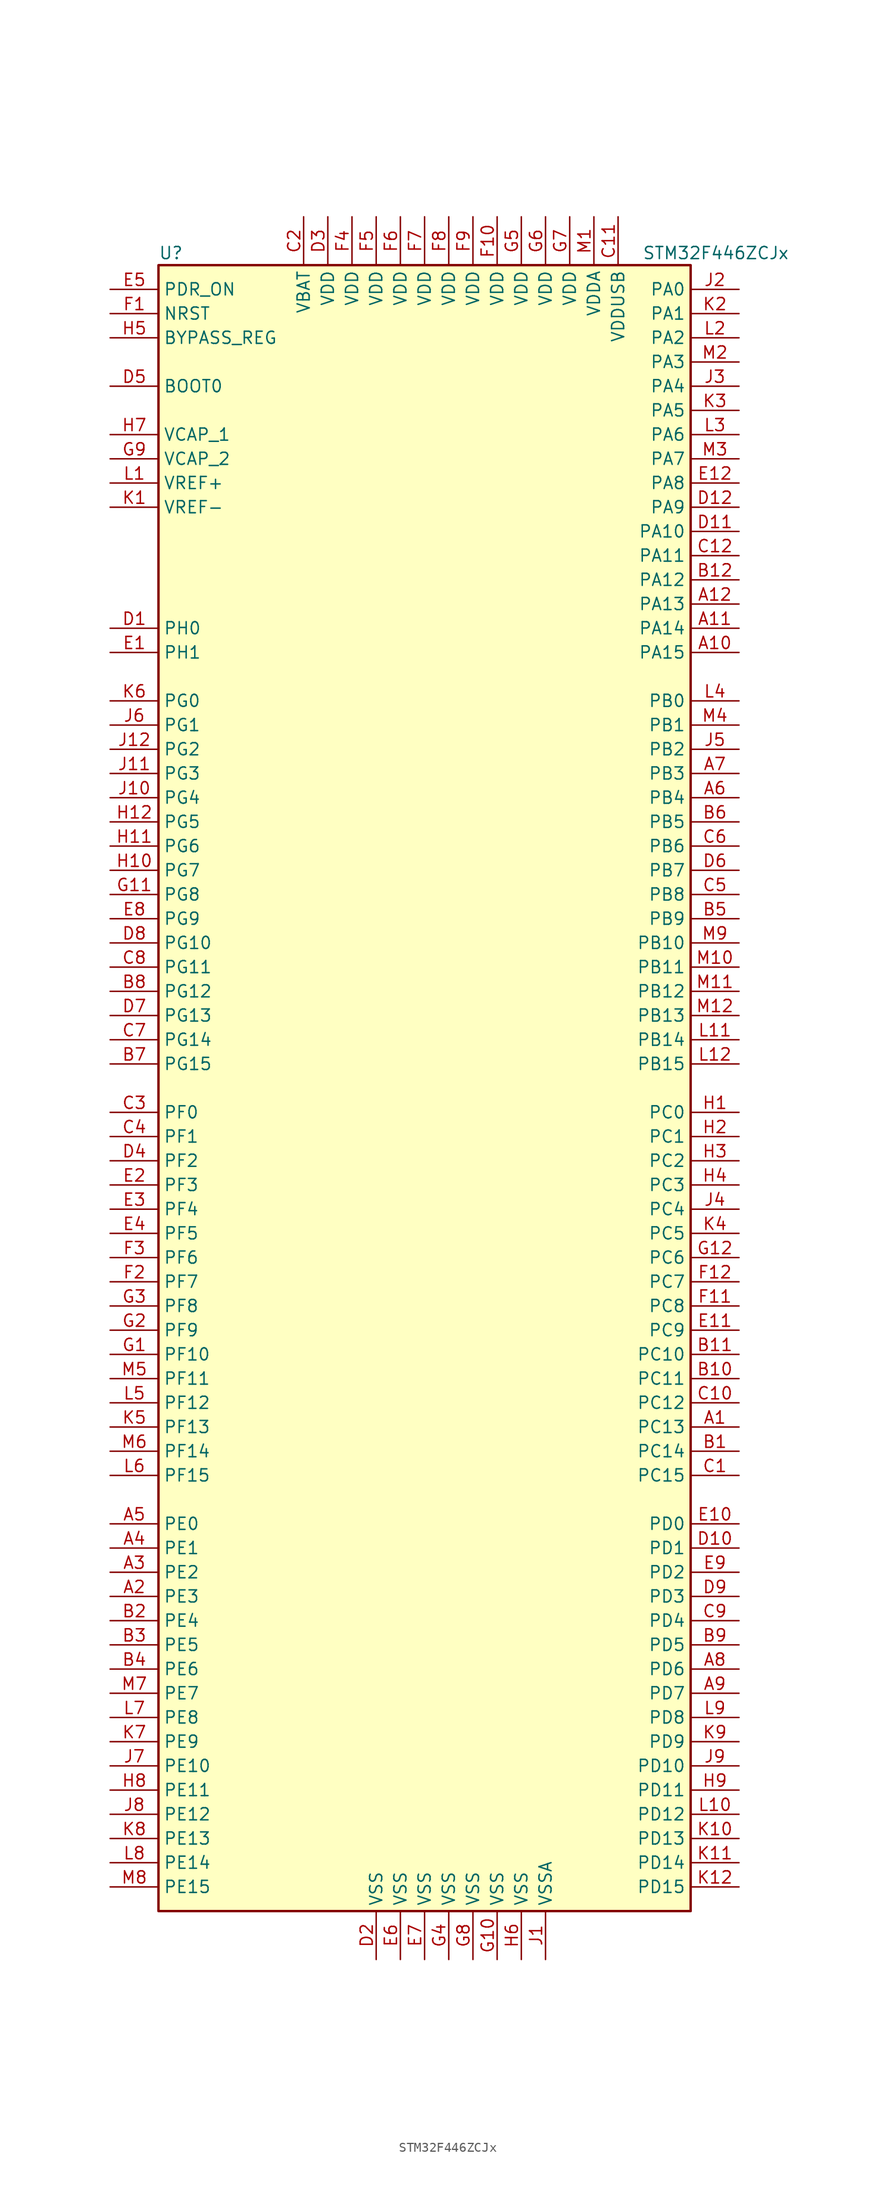
<source format=kicad_sym>
(kicad_symbol_lib
  (version 20201005)
  (generator kicad_symbol_editor)
  (symbol "STM32F446ZCJx"
    (property "Reference" "U"
      (at -27.94 87.63 0)
      (effects (font (size 1.27 1.27)) (justify left)))
    (property "Value" "STM32F446ZCJx"
      (at 22.86 87.63 0)
      (effects (font (size 1.27 1.27)) (justify left)))
    (symbol "STM32F446ZCJx_0_1"
      (rectangle (start -27.94 -86.36) (end 27.94 86.36) (stroke (width 0.254)) (fill (type background))))
    (symbol "STM32F446ZCJx_1_1"
      (pin bidirectional line (at 33.02 -35.56 180) (length 5.08) (name "PC13" (effects (font (size 1.27 1.27)))) (number "A1" (effects (font (size 1.27 1.27)))))
      (pin bidirectional line (at 33.02 45.72 180) (length 5.08) (name "PA15" (effects (font (size 1.27 1.27)))) (number "A10" (effects (font (size 1.27 1.27)))))
      (pin bidirectional line (at 33.02 48.26 180) (length 5.08) (name "PA14" (effects (font (size 1.27 1.27)))) (number "A11" (effects (font (size 1.27 1.27)))))
      (pin bidirectional line (at 33.02 50.8 180) (length 5.08) (name "PA13" (effects (font (size 1.27 1.27)))) (number "A12" (effects (font (size 1.27 1.27)))))
      (pin bidirectional line (at -33.02 -53.34 0) (length 5.08) (name "PE3" (effects (font (size 1.27 1.27)))) (number "A2" (effects (font (size 1.27 1.27)))))
      (pin bidirectional line (at -33.02 -50.8 0) (length 5.08) (name "PE2" (effects (font (size 1.27 1.27)))) (number "A3" (effects (font (size 1.27 1.27)))))
      (pin bidirectional line (at -33.02 -48.26 0) (length 5.08) (name "PE1" (effects (font (size 1.27 1.27)))) (number "A4" (effects (font (size 1.27 1.27)))))
      (pin bidirectional line (at -33.02 -45.72 0) (length 5.08) (name "PE0" (effects (font (size 1.27 1.27)))) (number "A5" (effects (font (size 1.27 1.27)))))
      (pin bidirectional line (at 33.02 30.48 180) (length 5.08) (name "PB4" (effects (font (size 1.27 1.27)))) (number "A6" (effects (font (size 1.27 1.27)))))
      (pin bidirectional line (at 33.02 33.02 180) (length 5.08) (name "PB3" (effects (font (size 1.27 1.27)))) (number "A7" (effects (font (size 1.27 1.27)))))
      (pin bidirectional line (at 33.02 -60.96 180) (length 5.08) (name "PD6" (effects (font (size 1.27 1.27)))) (number "A8" (effects (font (size 1.27 1.27)))))
      (pin bidirectional line (at 33.02 -63.5 180) (length 5.08) (name "PD7" (effects (font (size 1.27 1.27)))) (number "A9" (effects (font (size 1.27 1.27)))))
      (pin bidirectional line (at 33.02 -38.1 180) (length 5.08) (name "PC14" (effects (font (size 1.27 1.27)))) (number "B1" (effects (font (size 1.27 1.27)))))
      (pin bidirectional line (at 33.02 -30.48 180) (length 5.08) (name "PC11" (effects (font (size 1.27 1.27)))) (number "B10" (effects (font (size 1.27 1.27)))))
      (pin bidirectional line (at 33.02 -27.94 180) (length 5.08) (name "PC10" (effects (font (size 1.27 1.27)))) (number "B11" (effects (font (size 1.27 1.27)))))
      (pin bidirectional line (at 33.02 53.34 180) (length 5.08) (name "PA12" (effects (font (size 1.27 1.27)))) (number "B12" (effects (font (size 1.27 1.27)))))
      (pin bidirectional line (at -33.02 -55.88 0) (length 5.08) (name "PE4" (effects (font (size 1.27 1.27)))) (number "B2" (effects (font (size 1.27 1.27)))))
      (pin bidirectional line (at -33.02 -58.42 0) (length 5.08) (name "PE5" (effects (font (size 1.27 1.27)))) (number "B3" (effects (font (size 1.27 1.27)))))
      (pin bidirectional line (at -33.02 -60.96 0) (length 5.08) (name "PE6" (effects (font (size 1.27 1.27)))) (number "B4" (effects (font (size 1.27 1.27)))))
      (pin bidirectional line (at 33.02 17.78 180) (length 5.08) (name "PB9" (effects (font (size 1.27 1.27)))) (number "B5" (effects (font (size 1.27 1.27)))))
      (pin bidirectional line (at 33.02 27.94 180) (length 5.08) (name "PB5" (effects (font (size 1.27 1.27)))) (number "B6" (effects (font (size 1.27 1.27)))))
      (pin bidirectional line (at -33.02 2.54 0) (length 5.08) (name "PG15" (effects (font (size 1.27 1.27)))) (number "B7" (effects (font (size 1.27 1.27)))))
      (pin bidirectional line (at -33.02 10.16 0) (length 5.08) (name "PG12" (effects (font (size 1.27 1.27)))) (number "B8" (effects (font (size 1.27 1.27)))))
      (pin bidirectional line (at 33.02 -58.42 180) (length 5.08) (name "PD5" (effects (font (size 1.27 1.27)))) (number "B9" (effects (font (size 1.27 1.27)))))
      (pin bidirectional line (at 33.02 -40.64 180) (length 5.08) (name "PC15" (effects (font (size 1.27 1.27)))) (number "C1" (effects (font (size 1.27 1.27)))))
      (pin bidirectional line (at 33.02 -33.02 180) (length 5.08) (name "PC12" (effects (font (size 1.27 1.27)))) (number "C10" (effects (font (size 1.27 1.27)))))
      (pin power_in line (at 20.32 91.44 270) (length 5.08) (name "VDDUSB" (effects (font (size 1.27 1.27)))) (number "C11" (effects (font (size 1.27 1.27)))))
      (pin bidirectional line (at 33.02 55.88 180) (length 5.08) (name "PA11" (effects (font (size 1.27 1.27)))) (number "C12" (effects (font (size 1.27 1.27)))))
      (pin power_in line (at -12.7 91.44 270) (length 5.08) (name "VBAT" (effects (font (size 1.27 1.27)))) (number "C2" (effects (font (size 1.27 1.27)))))
      (pin bidirectional line (at -33.02 -2.54 0) (length 5.08) (name "PF0" (effects (font (size 1.27 1.27)))) (number "C3" (effects (font (size 1.27 1.27)))))
      (pin bidirectional line (at -33.02 -5.08 0) (length 5.08) (name "PF1" (effects (font (size 1.27 1.27)))) (number "C4" (effects (font (size 1.27 1.27)))))
      (pin bidirectional line (at 33.02 20.32 180) (length 5.08) (name "PB8" (effects (font (size 1.27 1.27)))) (number "C5" (effects (font (size 1.27 1.27)))))
      (pin bidirectional line (at 33.02 25.4 180) (length 5.08) (name "PB6" (effects (font (size 1.27 1.27)))) (number "C6" (effects (font (size 1.27 1.27)))))
      (pin bidirectional line (at -33.02 5.08 0) (length 5.08) (name "PG14" (effects (font (size 1.27 1.27)))) (number "C7" (effects (font (size 1.27 1.27)))))
      (pin bidirectional line (at -33.02 12.7 0) (length 5.08) (name "PG11" (effects (font (size 1.27 1.27)))) (number "C8" (effects (font (size 1.27 1.27)))))
      (pin bidirectional line (at 33.02 -55.88 180) (length 5.08) (name "PD4" (effects (font (size 1.27 1.27)))) (number "C9" (effects (font (size 1.27 1.27)))))
      (pin input line (at -33.02 48.26 0) (length 5.08) (name "PH0" (effects (font (size 1.27 1.27)))) (number "D1" (effects (font (size 1.27 1.27)))))
      (pin bidirectional line (at 33.02 -48.26 180) (length 5.08) (name "PD1" (effects (font (size 1.27 1.27)))) (number "D10" (effects (font (size 1.27 1.27)))))
      (pin bidirectional line (at 33.02 58.42 180) (length 5.08) (name "PA10" (effects (font (size 1.27 1.27)))) (number "D11" (effects (font (size 1.27 1.27)))))
      (pin bidirectional line (at 33.02 60.96 180) (length 5.08) (name "PA9" (effects (font (size 1.27 1.27)))) (number "D12" (effects (font (size 1.27 1.27)))))
      (pin power_in line (at -5.08 -91.44 90) (length 5.08) (name "VSS" (effects (font (size 1.27 1.27)))) (number "D2" (effects (font (size 1.27 1.27)))))
      (pin power_in line (at -10.16 91.44 270) (length 5.08) (name "VDD" (effects (font (size 1.27 1.27)))) (number "D3" (effects (font (size 1.27 1.27)))))
      (pin bidirectional line (at -33.02 -7.62 0) (length 5.08) (name "PF2" (effects (font (size 1.27 1.27)))) (number "D4" (effects (font (size 1.27 1.27)))))
      (pin input line (at -33.02 73.66 0) (length 5.08) (name "BOOT0" (effects (font (size 1.27 1.27)))) (number "D5" (effects (font (size 1.27 1.27)))))
      (pin bidirectional line (at 33.02 22.86 180) (length 5.08) (name "PB7" (effects (font (size 1.27 1.27)))) (number "D6" (effects (font (size 1.27 1.27)))))
      (pin bidirectional line (at -33.02 7.62 0) (length 5.08) (name "PG13" (effects (font (size 1.27 1.27)))) (number "D7" (effects (font (size 1.27 1.27)))))
      (pin bidirectional line (at -33.02 15.24 0) (length 5.08) (name "PG10" (effects (font (size 1.27 1.27)))) (number "D8" (effects (font (size 1.27 1.27)))))
      (pin bidirectional line (at 33.02 -53.34 180) (length 5.08) (name "PD3" (effects (font (size 1.27 1.27)))) (number "D9" (effects (font (size 1.27 1.27)))))
      (pin input line (at -33.02 45.72 0) (length 5.08) (name "PH1" (effects (font (size 1.27 1.27)))) (number "E1" (effects (font (size 1.27 1.27)))))
      (pin bidirectional line (at 33.02 -45.72 180) (length 5.08) (name "PD0" (effects (font (size 1.27 1.27)))) (number "E10" (effects (font (size 1.27 1.27)))))
      (pin bidirectional line (at 33.02 -25.4 180) (length 5.08) (name "PC9" (effects (font (size 1.27 1.27)))) (number "E11" (effects (font (size 1.27 1.27)))))
      (pin bidirectional line (at 33.02 63.5 180) (length 5.08) (name "PA8" (effects (font (size 1.27 1.27)))) (number "E12" (effects (font (size 1.27 1.27)))))
      (pin bidirectional line (at -33.02 -10.16 0) (length 5.08) (name "PF3" (effects (font (size 1.27 1.27)))) (number "E2" (effects (font (size 1.27 1.27)))))
      (pin bidirectional line (at -33.02 -12.7 0) (length 5.08) (name "PF4" (effects (font (size 1.27 1.27)))) (number "E3" (effects (font (size 1.27 1.27)))))
      (pin bidirectional line (at -33.02 -15.24 0) (length 5.08) (name "PF5" (effects (font (size 1.27 1.27)))) (number "E4" (effects (font (size 1.27 1.27)))))
      (pin input line (at -33.02 83.82 0) (length 5.08) (name "PDR_ON" (effects (font (size 1.27 1.27)))) (number "E5" (effects (font (size 1.27 1.27)))))
      (pin power_in line (at -2.54 -91.44 90) (length 5.08) (name "VSS" (effects (font (size 1.27 1.27)))) (number "E6" (effects (font (size 1.27 1.27)))))
      (pin power_in line (at 0 -91.44 90) (length 5.08) (name "VSS" (effects (font (size 1.27 1.27)))) (number "E7" (effects (font (size 1.27 1.27)))))
      (pin bidirectional line (at -33.02 17.78 0) (length 5.08) (name "PG9" (effects (font (size 1.27 1.27)))) (number "E8" (effects (font (size 1.27 1.27)))))
      (pin bidirectional line (at 33.02 -50.8 180) (length 5.08) (name "PD2" (effects (font (size 1.27 1.27)))) (number "E9" (effects (font (size 1.27 1.27)))))
      (pin input line (at -33.02 81.28 0) (length 5.08) (name "NRST" (effects (font (size 1.27 1.27)))) (number "F1" (effects (font (size 1.27 1.27)))))
      (pin power_in line (at 7.62 91.44 270) (length 5.08) (name "VDD" (effects (font (size 1.27 1.27)))) (number "F10" (effects (font (size 1.27 1.27)))))
      (pin bidirectional line (at 33.02 -22.86 180) (length 5.08) (name "PC8" (effects (font (size 1.27 1.27)))) (number "F11" (effects (font (size 1.27 1.27)))))
      (pin bidirectional line (at 33.02 -20.32 180) (length 5.08) (name "PC7" (effects (font (size 1.27 1.27)))) (number "F12" (effects (font (size 1.27 1.27)))))
      (pin bidirectional line (at -33.02 -20.32 0) (length 5.08) (name "PF7" (effects (font (size 1.27 1.27)))) (number "F2" (effects (font (size 1.27 1.27)))))
      (pin bidirectional line (at -33.02 -17.78 0) (length 5.08) (name "PF6" (effects (font (size 1.27 1.27)))) (number "F3" (effects (font (size 1.27 1.27)))))
      (pin power_in line (at -7.62 91.44 270) (length 5.08) (name "VDD" (effects (font (size 1.27 1.27)))) (number "F4" (effects (font (size 1.27 1.27)))))
      (pin power_in line (at -5.08 91.44 270) (length 5.08) (name "VDD" (effects (font (size 1.27 1.27)))) (number "F5" (effects (font (size 1.27 1.27)))))
      (pin power_in line (at -2.54 91.44 270) (length 5.08) (name "VDD" (effects (font (size 1.27 1.27)))) (number "F6" (effects (font (size 1.27 1.27)))))
      (pin power_in line (at 0 91.44 270) (length 5.08) (name "VDD" (effects (font (size 1.27 1.27)))) (number "F7" (effects (font (size 1.27 1.27)))))
      (pin power_in line (at 2.54 91.44 270) (length 5.08) (name "VDD" (effects (font (size 1.27 1.27)))) (number "F8" (effects (font (size 1.27 1.27)))))
      (pin power_in line (at 5.08 91.44 270) (length 5.08) (name "VDD" (effects (font (size 1.27 1.27)))) (number "F9" (effects (font (size 1.27 1.27)))))
      (pin bidirectional line (at -33.02 -27.94 0) (length 5.08) (name "PF10" (effects (font (size 1.27 1.27)))) (number "G1" (effects (font (size 1.27 1.27)))))
      (pin power_in line (at 7.62 -91.44 90) (length 5.08) (name "VSS" (effects (font (size 1.27 1.27)))) (number "G10" (effects (font (size 1.27 1.27)))))
      (pin bidirectional line (at -33.02 20.32 0) (length 5.08) (name "PG8" (effects (font (size 1.27 1.27)))) (number "G11" (effects (font (size 1.27 1.27)))))
      (pin bidirectional line (at 33.02 -17.78 180) (length 5.08) (name "PC6" (effects (font (size 1.27 1.27)))) (number "G12" (effects (font (size 1.27 1.27)))))
      (pin bidirectional line (at -33.02 -25.4 0) (length 5.08) (name "PF9" (effects (font (size 1.27 1.27)))) (number "G2" (effects (font (size 1.27 1.27)))))
      (pin bidirectional line (at -33.02 -22.86 0) (length 5.08) (name "PF8" (effects (font (size 1.27 1.27)))) (number "G3" (effects (font (size 1.27 1.27)))))
      (pin power_in line (at 2.54 -91.44 90) (length 5.08) (name "VSS" (effects (font (size 1.27 1.27)))) (number "G4" (effects (font (size 1.27 1.27)))))
      (pin power_in line (at 10.16 91.44 270) (length 5.08) (name "VDD" (effects (font (size 1.27 1.27)))) (number "G5" (effects (font (size 1.27 1.27)))))
      (pin power_in line (at 12.7 91.44 270) (length 5.08) (name "VDD" (effects (font (size 1.27 1.27)))) (number "G6" (effects (font (size 1.27 1.27)))))
      (pin power_in line (at 15.24 91.44 270) (length 5.08) (name "VDD" (effects (font (size 1.27 1.27)))) (number "G7" (effects (font (size 1.27 1.27)))))
      (pin power_in line (at 5.08 -91.44 90) (length 5.08) (name "VSS" (effects (font (size 1.27 1.27)))) (number "G8" (effects (font (size 1.27 1.27)))))
      (pin power_in line (at -33.02 66.04 0) (length 5.08) (name "VCAP_2" (effects (font (size 1.27 1.27)))) (number "G9" (effects (font (size 1.27 1.27)))))
      (pin bidirectional line (at 33.02 -2.54 180) (length 5.08) (name "PC0" (effects (font (size 1.27 1.27)))) (number "H1" (effects (font (size 1.27 1.27)))))
      (pin bidirectional line (at -33.02 22.86 0) (length 5.08) (name "PG7" (effects (font (size 1.27 1.27)))) (number "H10" (effects (font (size 1.27 1.27)))))
      (pin bidirectional line (at -33.02 25.4 0) (length 5.08) (name "PG6" (effects (font (size 1.27 1.27)))) (number "H11" (effects (font (size 1.27 1.27)))))
      (pin bidirectional line (at -33.02 27.94 0) (length 5.08) (name "PG5" (effects (font (size 1.27 1.27)))) (number "H12" (effects (font (size 1.27 1.27)))))
      (pin bidirectional line (at 33.02 -5.08 180) (length 5.08) (name "PC1" (effects (font (size 1.27 1.27)))) (number "H2" (effects (font (size 1.27 1.27)))))
      (pin bidirectional line (at 33.02 -7.62 180) (length 5.08) (name "PC2" (effects (font (size 1.27 1.27)))) (number "H3" (effects (font (size 1.27 1.27)))))
      (pin bidirectional line (at 33.02 -10.16 180) (length 5.08) (name "PC3" (effects (font (size 1.27 1.27)))) (number "H4" (effects (font (size 1.27 1.27)))))
      (pin input line (at -33.02 78.74 0) (length 5.08) (name "BYPASS_REG" (effects (font (size 1.27 1.27)))) (number "H5" (effects (font (size 1.27 1.27)))))
      (pin power_in line (at 10.16 -91.44 90) (length 5.08) (name "VSS" (effects (font (size 1.27 1.27)))) (number "H6" (effects (font (size 1.27 1.27)))))
      (pin power_in line (at -33.02 68.58 0) (length 5.08) (name "VCAP_1" (effects (font (size 1.27 1.27)))) (number "H7" (effects (font (size 1.27 1.27)))))
      (pin bidirectional line (at -33.02 -73.66 0) (length 5.08) (name "PE11" (effects (font (size 1.27 1.27)))) (number "H8" (effects (font (size 1.27 1.27)))))
      (pin bidirectional line (at 33.02 -73.66 180) (length 5.08) (name "PD11" (effects (font (size 1.27 1.27)))) (number "H9" (effects (font (size 1.27 1.27)))))
      (pin power_in line (at 12.7 -91.44 90) (length 5.08) (name "VSSA" (effects (font (size 1.27 1.27)))) (number "J1" (effects (font (size 1.27 1.27)))))
      (pin bidirectional line (at -33.02 30.48 0) (length 5.08) (name "PG4" (effects (font (size 1.27 1.27)))) (number "J10" (effects (font (size 1.27 1.27)))))
      (pin bidirectional line (at -33.02 33.02 0) (length 5.08) (name "PG3" (effects (font (size 1.27 1.27)))) (number "J11" (effects (font (size 1.27 1.27)))))
      (pin bidirectional line (at -33.02 35.56 0) (length 5.08) (name "PG2" (effects (font (size 1.27 1.27)))) (number "J12" (effects (font (size 1.27 1.27)))))
      (pin bidirectional line (at 33.02 83.82 180) (length 5.08) (name "PA0" (effects (font (size 1.27 1.27)))) (number "J2" (effects (font (size 1.27 1.27)))))
      (pin bidirectional line (at 33.02 73.66 180) (length 5.08) (name "PA4" (effects (font (size 1.27 1.27)))) (number "J3" (effects (font (size 1.27 1.27)))))
      (pin bidirectional line (at 33.02 -12.7 180) (length 5.08) (name "PC4" (effects (font (size 1.27 1.27)))) (number "J4" (effects (font (size 1.27 1.27)))))
      (pin bidirectional line (at 33.02 35.56 180) (length 5.08) (name "PB2" (effects (font (size 1.27 1.27)))) (number "J5" (effects (font (size 1.27 1.27)))))
      (pin bidirectional line (at -33.02 38.1 0) (length 5.08) (name "PG1" (effects (font (size 1.27 1.27)))) (number "J6" (effects (font (size 1.27 1.27)))))
      (pin bidirectional line (at -33.02 -71.12 0) (length 5.08) (name "PE10" (effects (font (size 1.27 1.27)))) (number "J7" (effects (font (size 1.27 1.27)))))
      (pin bidirectional line (at -33.02 -76.2 0) (length 5.08) (name "PE12" (effects (font (size 1.27 1.27)))) (number "J8" (effects (font (size 1.27 1.27)))))
      (pin bidirectional line (at 33.02 -71.12 180) (length 5.08) (name "PD10" (effects (font (size 1.27 1.27)))) (number "J9" (effects (font (size 1.27 1.27)))))
      (pin power_in line (at -33.02 60.96 0) (length 5.08) (name "VREF-" (effects (font (size 1.27 1.27)))) (number "K1" (effects (font (size 1.27 1.27)))))
      (pin bidirectional line (at 33.02 -78.74 180) (length 5.08) (name "PD13" (effects (font (size 1.27 1.27)))) (number "K10" (effects (font (size 1.27 1.27)))))
      (pin bidirectional line (at 33.02 -81.28 180) (length 5.08) (name "PD14" (effects (font (size 1.27 1.27)))) (number "K11" (effects (font (size 1.27 1.27)))))
      (pin bidirectional line (at 33.02 -83.82 180) (length 5.08) (name "PD15" (effects (font (size 1.27 1.27)))) (number "K12" (effects (font (size 1.27 1.27)))))
      (pin bidirectional line (at 33.02 81.28 180) (length 5.08) (name "PA1" (effects (font (size 1.27 1.27)))) (number "K2" (effects (font (size 1.27 1.27)))))
      (pin bidirectional line (at 33.02 71.12 180) (length 5.08) (name "PA5" (effects (font (size 1.27 1.27)))) (number "K3" (effects (font (size 1.27 1.27)))))
      (pin bidirectional line (at 33.02 -15.24 180) (length 5.08) (name "PC5" (effects (font (size 1.27 1.27)))) (number "K4" (effects (font (size 1.27 1.27)))))
      (pin bidirectional line (at -33.02 -35.56 0) (length 5.08) (name "PF13" (effects (font (size 1.27 1.27)))) (number "K5" (effects (font (size 1.27 1.27)))))
      (pin bidirectional line (at -33.02 40.64 0) (length 5.08) (name "PG0" (effects (font (size 1.27 1.27)))) (number "K6" (effects (font (size 1.27 1.27)))))
      (pin bidirectional line (at -33.02 -68.58 0) (length 5.08) (name "PE9" (effects (font (size 1.27 1.27)))) (number "K7" (effects (font (size 1.27 1.27)))))
      (pin bidirectional line (at -33.02 -78.74 0) (length 5.08) (name "PE13" (effects (font (size 1.27 1.27)))) (number "K8" (effects (font (size 1.27 1.27)))))
      (pin bidirectional line (at 33.02 -68.58 180) (length 5.08) (name "PD9" (effects (font (size 1.27 1.27)))) (number "K9" (effects (font (size 1.27 1.27)))))
      (pin power_in line (at -33.02 63.5 0) (length 5.08) (name "VREF+" (effects (font (size 1.27 1.27)))) (number "L1" (effects (font (size 1.27 1.27)))))
      (pin bidirectional line (at 33.02 -76.2 180) (length 5.08) (name "PD12" (effects (font (size 1.27 1.27)))) (number "L10" (effects (font (size 1.27 1.27)))))
      (pin bidirectional line (at 33.02 5.08 180) (length 5.08) (name "PB14" (effects (font (size 1.27 1.27)))) (number "L11" (effects (font (size 1.27 1.27)))))
      (pin bidirectional line (at 33.02 2.54 180) (length 5.08) (name "PB15" (effects (font (size 1.27 1.27)))) (number "L12" (effects (font (size 1.27 1.27)))))
      (pin bidirectional line (at 33.02 78.74 180) (length 5.08) (name "PA2" (effects (font (size 1.27 1.27)))) (number "L2" (effects (font (size 1.27 1.27)))))
      (pin bidirectional line (at 33.02 68.58 180) (length 5.08) (name "PA6" (effects (font (size 1.27 1.27)))) (number "L3" (effects (font (size 1.27 1.27)))))
      (pin bidirectional line (at 33.02 40.64 180) (length 5.08) (name "PB0" (effects (font (size 1.27 1.27)))) (number "L4" (effects (font (size 1.27 1.27)))))
      (pin bidirectional line (at -33.02 -33.02 0) (length 5.08) (name "PF12" (effects (font (size 1.27 1.27)))) (number "L5" (effects (font (size 1.27 1.27)))))
      (pin bidirectional line (at -33.02 -40.64 0) (length 5.08) (name "PF15" (effects (font (size 1.27 1.27)))) (number "L6" (effects (font (size 1.27 1.27)))))
      (pin bidirectional line (at -33.02 -66.04 0) (length 5.08) (name "PE8" (effects (font (size 1.27 1.27)))) (number "L7" (effects (font (size 1.27 1.27)))))
      (pin bidirectional line (at -33.02 -81.28 0) (length 5.08) (name "PE14" (effects (font (size 1.27 1.27)))) (number "L8" (effects (font (size 1.27 1.27)))))
      (pin bidirectional line (at 33.02 -66.04 180) (length 5.08) (name "PD8" (effects (font (size 1.27 1.27)))) (number "L9" (effects (font (size 1.27 1.27)))))
      (pin power_in line (at 17.78 91.44 270) (length 5.08) (name "VDDA" (effects (font (size 1.27 1.27)))) (number "M1" (effects (font (size 1.27 1.27)))))
      (pin bidirectional line (at 33.02 12.7 180) (length 5.08) (name "PB11" (effects (font (size 1.27 1.27)))) (number "M10" (effects (font (size 1.27 1.27)))))
      (pin bidirectional line (at 33.02 10.16 180) (length 5.08) (name "PB12" (effects (font (size 1.27 1.27)))) (number "M11" (effects (font (size 1.27 1.27)))))
      (pin bidirectional line (at 33.02 7.62 180) (length 5.08) (name "PB13" (effects (font (size 1.27 1.27)))) (number "M12" (effects (font (size 1.27 1.27)))))
      (pin bidirectional line (at 33.02 76.2 180) (length 5.08) (name "PA3" (effects (font (size 1.27 1.27)))) (number "M2" (effects (font (size 1.27 1.27)))))
      (pin bidirectional line (at 33.02 66.04 180) (length 5.08) (name "PA7" (effects (font (size 1.27 1.27)))) (number "M3" (effects (font (size 1.27 1.27)))))
      (pin bidirectional line (at 33.02 38.1 180) (length 5.08) (name "PB1" (effects (font (size 1.27 1.27)))) (number "M4" (effects (font (size 1.27 1.27)))))
      (pin bidirectional line (at -33.02 -30.48 0) (length 5.08) (name "PF11" (effects (font (size 1.27 1.27)))) (number "M5" (effects (font (size 1.27 1.27)))))
      (pin bidirectional line (at -33.02 -38.1 0) (length 5.08) (name "PF14" (effects (font (size 1.27 1.27)))) (number "M6" (effects (font (size 1.27 1.27)))))
      (pin bidirectional line (at -33.02 -63.5 0) (length 5.08) (name "PE7" (effects (font (size 1.27 1.27)))) (number "M7" (effects (font (size 1.27 1.27)))))
      (pin bidirectional line (at -33.02 -83.82 0) (length 5.08) (name "PE15" (effects (font (size 1.27 1.27)))) (number "M8" (effects (font (size 1.27 1.27)))))
      (pin bidirectional line (at 33.02 15.24 180) (length 5.08) (name "PB10" (effects (font (size 1.27 1.27)))) (number "M9" (effects (font (size 1.27 1.27))))))))
</source>
